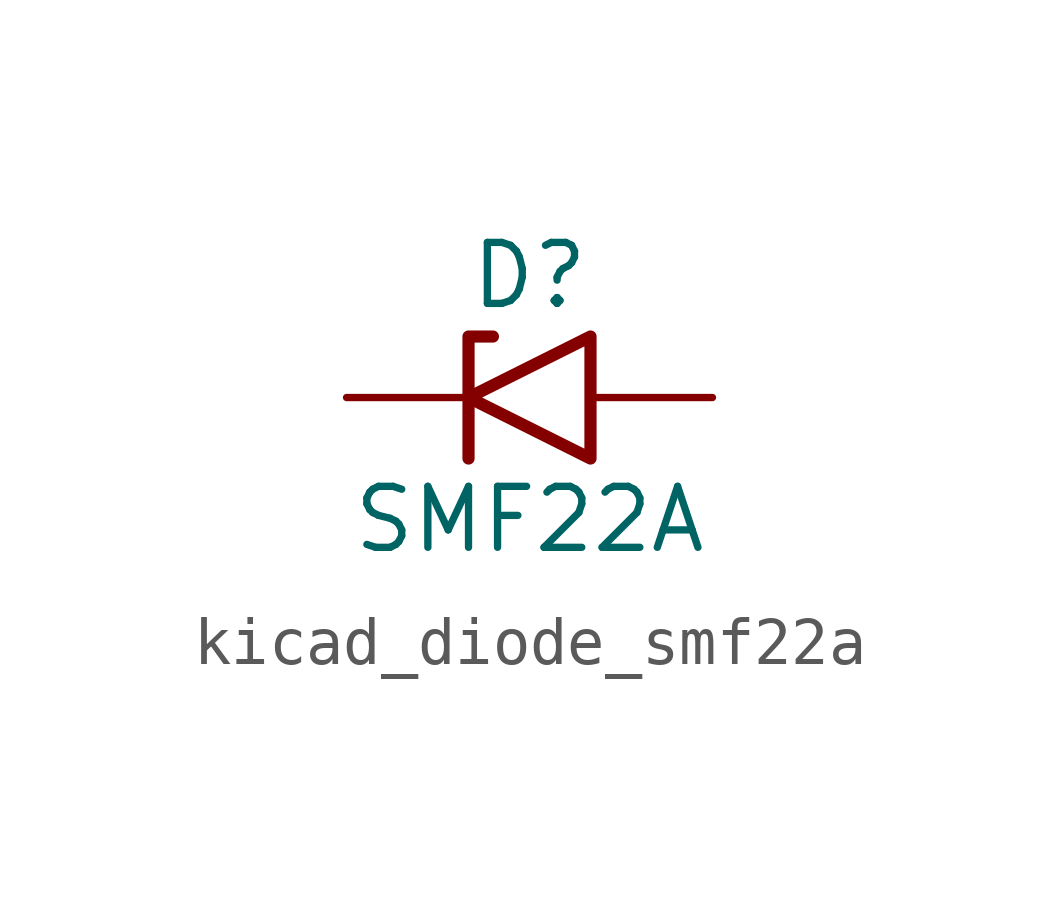
<source format=kicad_sym>
(kicad_symbol_lib
  (version 20220914)
  (generator kicad_symbol_editor)
  (symbol "kicad_diode_smf22a"
    (pin_numbers hide)
    (pin_names
      (offset 1.016) hide)
    (property "Reference" "D"
      (at 0 2.54 0)
      (effects (font (size 1.27 1.27))))
    (property "Value" "SMF22A"
      (at 0 -2.54 0)
      (effects (font (size 1.27 1.27))))
    (symbol "kicad_diode_smf22a_0_1"
      (polyline (pts (xy -0.762 1.27) (xy -1.27 1.27) (xy -1.27 -1.27)) (stroke (width 0.254) (type default)) (fill (type none)))
      (polyline (pts (xy 1.27 1.27) (xy 1.27 -1.27) (xy -1.27 0) (xy 1.27 1.27)) (stroke (width 0.254) (type default)) (fill (type none))))
    (symbol "kicad_diode_smf22a_1_1"
      (pin passive line (at -3.81 0 0) (length 2.54) (name "A1" (effects (font (size 1.27 1.27)))) (number "1" (effects (font (size 1.27 1.27)))))
      (pin passive line (at 3.81 0 180) (length 2.54) (name "A2" (effects (font (size 1.27 1.27)))) (number "2" (effects (font (size 1.27 1.27))))))))
</source>
